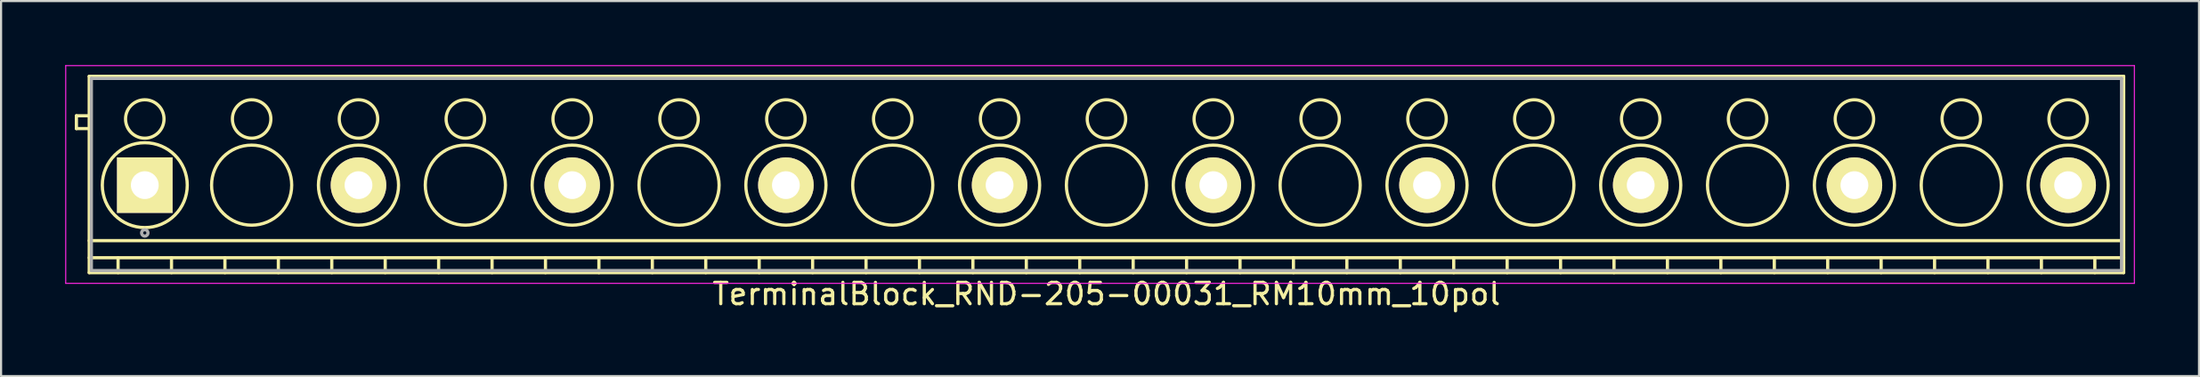
<source format=kicad_pcb>
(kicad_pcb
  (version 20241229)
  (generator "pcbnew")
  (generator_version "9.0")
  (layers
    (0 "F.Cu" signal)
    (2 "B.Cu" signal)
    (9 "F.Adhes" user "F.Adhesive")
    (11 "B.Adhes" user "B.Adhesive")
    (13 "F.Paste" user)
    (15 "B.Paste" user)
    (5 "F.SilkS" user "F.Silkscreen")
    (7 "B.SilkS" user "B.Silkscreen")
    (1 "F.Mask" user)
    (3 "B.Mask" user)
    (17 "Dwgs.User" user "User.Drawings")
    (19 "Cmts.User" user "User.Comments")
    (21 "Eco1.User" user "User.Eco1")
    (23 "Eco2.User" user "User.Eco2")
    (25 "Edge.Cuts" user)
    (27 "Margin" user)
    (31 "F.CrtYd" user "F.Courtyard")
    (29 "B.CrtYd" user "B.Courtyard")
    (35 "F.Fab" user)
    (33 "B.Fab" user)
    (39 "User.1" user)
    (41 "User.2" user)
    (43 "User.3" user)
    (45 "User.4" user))
  (footprint "TerminalBlock_RND-205-00031_RM10mm_10pol"
    (layer "F.Cu")
    (at 3.725 5.625)
    (property "Reference" "TerminalBlock_RND-205-00031_RM10mm_10pol" (at 45 5.1 0) (layer "F.SilkS") (effects (font (size 1 1) (thickness 0.15))))
    (attr through_hole)
    (fp_line (start -3.2 -3.25) (end -3.2 -2.65) (stroke (width 0.15) (type solid)) (layer "F.SilkS"))
    (fp_line (start -3.2 -2.65) (end -2.6 -2.65) (stroke (width 0.15) (type solid)) (layer "F.SilkS"))
    (fp_line (start -2.6 -5.1) (end 92.6 -5.1) (stroke (width 0.15) (type solid)) (layer "F.SilkS"))
    (fp_line (start -2.6 -3.25) (end -3.2 -3.25) (stroke (width 0.15) (type solid)) (layer "F.SilkS"))
    (fp_line (start -2.6 2.6) (end 92.6 2.6) (stroke (width 0.15) (type solid)) (layer "F.SilkS"))
    (fp_line (start -2.6 3.4) (end 92.6 3.4) (stroke (width 0.15) (type solid)) (layer "F.SilkS"))
    (fp_line (start -2.6 4.1) (end -2.6 -5.1) (stroke (width 0.15) (type solid)) (layer "F.SilkS"))
    (fp_line (start -1.25 3.4) (end -1.25 4.1) (stroke (width 0.15) (type solid)) (layer "F.SilkS"))
    (fp_line (start 1.25 3.4) (end 1.25 4.1) (stroke (width 0.15) (type solid)) (layer "F.SilkS"))
    (fp_line (start 3.75 3.4) (end 3.75 4.1) (stroke (width 0.15) (type solid)) (layer "F.SilkS"))
    (fp_line (start 6.25 3.4) (end 6.25 4.1) (stroke (width 0.15) (type solid)) (layer "F.SilkS"))
    (fp_line (start 8.75 3.4) (end 8.75 4.1) (stroke (width 0.15) (type solid)) (layer "F.SilkS"))
    (fp_line (start 11.25 3.4) (end 11.25 4.1) (stroke (width 0.15) (type solid)) (layer "F.SilkS"))
    (fp_line (start 13.75 3.4) (end 13.75 4.1) (stroke (width 0.15) (type solid)) (layer "F.SilkS"))
    (fp_line (start 16.25 3.4) (end 16.25 4.1) (stroke (width 0.15) (type solid)) (layer "F.SilkS"))
    (fp_line (start 18.75 3.4) (end 18.75 4.1) (stroke (width 0.15) (type solid)) (layer "F.SilkS"))
    (fp_line (start 21.25 3.4) (end 21.25 4.1) (stroke (width 0.15) (type solid)) (layer "F.SilkS"))
    (fp_line (start 23.75 3.4) (end 23.75 4.1) (stroke (width 0.15) (type solid)) (layer "F.SilkS"))
    (fp_line (start 26.25 3.4) (end 26.25 4.1) (stroke (width 0.15) (type solid)) (layer "F.SilkS"))
    (fp_line (start 28.75 3.4) (end 28.75 4.1) (stroke (width 0.15) (type solid)) (layer "F.SilkS"))
    (fp_line (start 31.25 3.4) (end 31.25 4.1) (stroke (width 0.15) (type solid)) (layer "F.SilkS"))
    (fp_line (start 33.75 3.4) (end 33.75 4.1) (stroke (width 0.15) (type solid)) (layer "F.SilkS"))
    (fp_line (start 36.25 3.4) (end 36.25 4.1) (stroke (width 0.15) (type solid)) (layer "F.SilkS"))
    (fp_line (start 38.75 3.4) (end 38.75 4.1) (stroke (width 0.15) (type solid)) (layer "F.SilkS"))
    (fp_line (start 41.25 3.4) (end 41.25 4.1) (stroke (width 0.15) (type solid)) (layer "F.SilkS"))
    (fp_line (start 43.75 3.4) (end 43.75 4.1) (stroke (width 0.15) (type solid)) (layer "F.SilkS"))
    (fp_line (start 46.25 3.4) (end 46.25 4.1) (stroke (width 0.15) (type solid)) (layer "F.SilkS"))
    (fp_line (start 48.75 3.4) (end 48.75 4.1) (stroke (width 0.15) (type solid)) (layer "F.SilkS"))
    (fp_line (start 51.25 3.4) (end 51.25 4.1) (stroke (width 0.15) (type solid)) (layer "F.SilkS"))
    (fp_line (start 53.75 3.4) (end 53.75 4.1) (stroke (width 0.15) (type solid)) (layer "F.SilkS"))
    (fp_line (start 56.25 3.4) (end 56.25 4.1) (stroke (width 0.15) (type solid)) (layer "F.SilkS"))
    (fp_line (start 58.75 3.4) (end 58.75 4.1) (stroke (width 0.15) (type solid)) (layer "F.SilkS"))
    (fp_line (start 61.25 3.4) (end 61.25 4.1) (stroke (width 0.15) (type solid)) (layer "F.SilkS"))
    (fp_line (start 63.75 3.4) (end 63.75 4.1) (stroke (width 0.15) (type solid)) (layer "F.SilkS"))
    (fp_line (start 66.25 3.4) (end 66.25 4.1) (stroke (width 0.15) (type solid)) (layer "F.SilkS"))
    (fp_line (start 68.75 3.4) (end 68.75 4.1) (stroke (width 0.15) (type solid)) (layer "F.SilkS"))
    (fp_line (start 71.25 3.4) (end 71.25 4.1) (stroke (width 0.15) (type solid)) (layer "F.SilkS"))
    (fp_line (start 73.75 3.4) (end 73.75 4.1) (stroke (width 0.15) (type solid)) (layer "F.SilkS"))
    (fp_line (start 76.25 3.4) (end 76.25 4.1) (stroke (width 0.15) (type solid)) (layer "F.SilkS"))
    (fp_line (start 78.75 3.4) (end 78.75 4.1) (stroke (width 0.15) (type solid)) (layer "F.SilkS"))
    (fp_line (start 81.25 3.4) (end 81.25 4.1) (stroke (width 0.15) (type solid)) (layer "F.SilkS"))
    (fp_line (start 83.75 3.4) (end 83.75 4.1) (stroke (width 0.15) (type solid)) (layer "F.SilkS"))
    (fp_line (start 86.25 3.4) (end 86.25 4.1) (stroke (width 0.15) (type solid)) (layer "F.SilkS"))
    (fp_line (start 88.75 3.4) (end 88.75 4.1) (stroke (width 0.15) (type solid)) (layer "F.SilkS"))
    (fp_line (start 91.25 3.4) (end 91.25 4.1) (stroke (width 0.15) (type solid)) (layer "F.SilkS"))
    (fp_line (start 92.6 -5.1) (end 92.6 4.1) (stroke (width 0.15) (type solid)) (layer "F.SilkS"))
    (fp_line (start 92.6 4.1) (end -2.6 4.1) (stroke (width 0.15) (type solid)) (layer "F.SilkS"))
    (fp_circle (center 0 -3.1) (end -0.9 -3.1) (stroke (width 0.15) (type solid)) (fill no) (layer "F.SilkS"))
    (fp_circle (center 0 0) (end -1.988 0) (stroke (width 0.15) (type solid)) (fill no) (layer "F.SilkS"))
    (fp_circle (center 5 -3.1) (end 4.1 -3.1) (stroke (width 0.15) (type solid)) (fill no) (layer "F.SilkS"))
    (fp_circle (center 5 0) (end 3.125 0) (stroke (width 0.15) (type solid)) (fill no) (layer "F.SilkS"))
    (fp_circle (center 10 -3.1) (end 9.1 -3.1) (stroke (width 0.15) (type solid)) (fill no) (layer "F.SilkS"))
    (fp_circle (center 10 0) (end 8.125 0) (stroke (width 0.15) (type solid)) (fill no) (layer "F.SilkS"))
    (fp_circle (center 15 -3.1) (end 14.1 -3.1) (stroke (width 0.15) (type solid)) (fill no) (layer "F.SilkS"))
    (fp_circle (center 15 0) (end 13.125 0) (stroke (width 0.15) (type solid)) (fill no) (layer "F.SilkS"))
    (fp_circle (center 20 -3.1) (end 19.1 -3.1) (stroke (width 0.15) (type solid)) (fill no) (layer "F.SilkS"))
    (fp_circle (center 20 0) (end 18.125 0) (stroke (width 0.15) (type solid)) (fill no) (layer "F.SilkS"))
    (fp_circle (center 25 -3.1) (end 24.1 -3.1) (stroke (width 0.15) (type solid)) (fill no) (layer "F.SilkS"))
    (fp_circle (center 25 0) (end 23.125 0) (stroke (width 0.15) (type solid)) (fill no) (layer "F.SilkS"))
    (fp_circle (center 30 -3.1) (end 29.1 -3.1) (stroke (width 0.15) (type solid)) (fill no) (layer "F.SilkS"))
    (fp_circle (center 30 0) (end 28.125 0) (stroke (width 0.15) (type solid)) (fill no) (layer "F.SilkS"))
    (fp_circle (center 35 -3.1) (end 34.1 -3.1) (stroke (width 0.15) (type solid)) (fill no) (layer "F.SilkS"))
    (fp_circle (center 35 0) (end 33.125 0) (stroke (width 0.15) (type solid)) (fill no) (layer "F.SilkS"))
    (fp_circle (center 40 -3.1) (end 39.1 -3.1) (stroke (width 0.15) (type solid)) (fill no) (layer "F.SilkS"))
    (fp_circle (center 40 0) (end 38.125 0) (stroke (width 0.15) (type solid)) (fill no) (layer "F.SilkS"))
    (fp_circle (center 45 -3.1) (end 44.1 -3.1) (stroke (width 0.15) (type solid)) (fill no) (layer "F.SilkS"))
    (fp_circle (center 45 0) (end 43.125 0) (stroke (width 0.15) (type solid)) (fill no) (layer "F.SilkS"))
    (fp_circle (center 50 -3.1) (end 49.1 -3.1) (stroke (width 0.15) (type solid)) (fill no) (layer "F.SilkS"))
    (fp_circle (center 50 0) (end 48.125 0) (stroke (width 0.15) (type solid)) (fill no) (layer "F.SilkS"))
    (fp_circle (center 55 -3.1) (end 54.1 -3.1) (stroke (width 0.15) (type solid)) (fill no) (layer "F.SilkS"))
    (fp_circle (center 55 0) (end 53.125 0) (stroke (width 0.15) (type solid)) (fill no) (layer "F.SilkS"))
    (fp_circle (center 60 -3.1) (end 59.1 -3.1) (stroke (width 0.15) (type solid)) (fill no) (layer "F.SilkS"))
    (fp_circle (center 60 0) (end 58.125 0) (stroke (width 0.15) (type solid)) (fill no) (layer "F.SilkS"))
    (fp_circle (center 65 -3.1) (end 64.1 -3.1) (stroke (width 0.15) (type solid)) (fill no) (layer "F.SilkS"))
    (fp_circle (center 65 0) (end 63.125 0) (stroke (width 0.15) (type solid)) (fill no) (layer "F.SilkS"))
    (fp_circle (center 70 -3.1) (end 69.1 -3.1) (stroke (width 0.15) (type solid)) (fill no) (layer "F.SilkS"))
    (fp_circle (center 70 0) (end 68.125 0) (stroke (width 0.15) (type solid)) (fill no) (layer "F.SilkS"))
    (fp_circle (center 75 -3.1) (end 74.1 -3.1) (stroke (width 0.15) (type solid)) (fill no) (layer "F.SilkS"))
    (fp_circle (center 75 0) (end 73.125 0) (stroke (width 0.15) (type solid)) (fill no) (layer "F.SilkS"))
    (fp_circle (center 80 -3.1) (end 79.1 -3.1) (stroke (width 0.15) (type solid)) (fill no) (layer "F.SilkS"))
    (fp_circle (center 80 0) (end 78.125 0) (stroke (width 0.15) (type solid)) (fill no) (layer "F.SilkS"))
    (fp_circle (center 85 -3.1) (end 84.1 -3.1) (stroke (width 0.15) (type solid)) (fill no) (layer "F.SilkS"))
    (fp_circle (center 85 0) (end 83.125 0) (stroke (width 0.15) (type solid)) (fill no) (layer "F.SilkS"))
    (fp_circle (center 90 -3.1) (end 89.1 -3.1) (stroke (width 0.15) (type solid)) (fill no) (layer "F.SilkS"))
    (fp_circle (center 90 0) (end 88.125 0) (stroke (width 0.15) (type solid)) (fill no) (layer "F.SilkS"))
    (fp_line (start -3.7 -5.6) (end 93.1 -5.6) (stroke (width 0.05) (type solid)) (layer "F.CrtYd"))
    (fp_line (start -3.7 4.6) (end -3.7 -5.6) (stroke (width 0.05) (type solid)) (layer "F.CrtYd"))
    (fp_line (start 93.1 -5.6) (end 93.1 4.6) (stroke (width 0.05) (type solid)) (layer "F.CrtYd"))
    (fp_line (start 93.1 4.6) (end -3.7 4.6) (stroke (width 0.05) (type solid)) (layer "F.CrtYd"))
    (fp_line (start -2.5 -5) (end 92.5 -5) (stroke (width 0.15) (type solid)) (layer "F.Fab"))
    (fp_line (start -2.5 4) (end -2.5 -5) (stroke (width 0.15) (type solid)) (layer "F.Fab"))
    (fp_line (start 92.5 -5) (end 92.5 4) (stroke (width 0.15) (type solid)) (layer "F.Fab"))
    (fp_line (start 92.5 4) (end -2.5 4) (stroke (width 0.15) (type solid)) (layer "F.Fab"))
    (fp_circle (center 0 2.238) (end -0.15 2.238) (stroke (width 0.15) (type solid)) (fill no) (layer "F.Fab"))
    (pad "1" thru_hole rect (at 0 0) (size 2.6 2.6) (drill 1.3) (layers "*.Cu" "*.Mask" "F.SilkS"))
    (pad "2" thru_hole circle (at 10 0) (size 2.6 2.6) (drill 1.3) (layers "*.Cu" "*.Mask" "F.SilkS"))
    (pad "3" thru_hole circle (at 20 0) (size 2.6 2.6) (drill 1.3) (layers "*.Cu" "*.Mask" "F.SilkS"))
    (pad "4" thru_hole circle (at 30 0) (size 2.6 2.6) (drill 1.3) (layers "*.Cu" "*.Mask" "F.SilkS"))
    (pad "5" thru_hole circle (at 40 0) (size 2.6 2.6) (drill 1.3) (layers "*.Cu" "*.Mask" "F.SilkS"))
    (pad "6" thru_hole circle (at 50 0) (size 2.6 2.6) (drill 1.3) (layers "*.Cu" "*.Mask" "F.SilkS"))
    (pad "7" thru_hole circle (at 60 0) (size 2.6 2.6) (drill 1.3) (layers "*.Cu" "*.Mask" "F.SilkS"))
    (pad "8" thru_hole circle (at 70 0) (size 2.6 2.6) (drill 1.3) (layers "*.Cu" "*.Mask" "F.SilkS"))
    (pad "9" thru_hole circle (at 80 0) (size 2.6 2.6) (drill 1.3) (layers "*.Cu" "*.Mask" "F.SilkS"))
    (pad "10" thru_hole circle (at 90 0) (size 2.6 2.6) (drill 1.3) (layers "*.Cu" "*.Mask" "F.SilkS")))
  (gr_rect
    (start -3 -3)
    (end 99.85 14.573)
    (stroke (width 0.1) (type default))
    (fill no)
    (layer "Edge.Cuts")))
</source>
